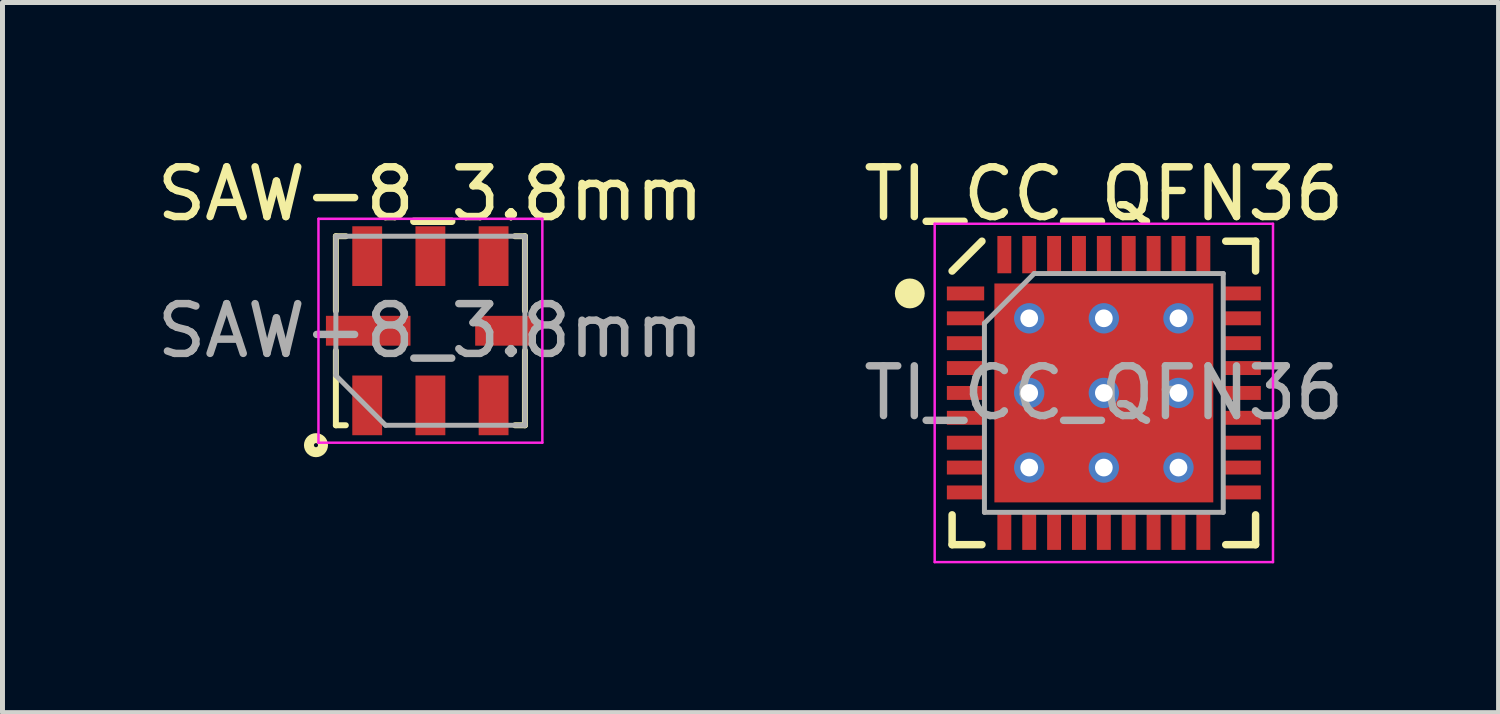
<source format=kicad_pcb>
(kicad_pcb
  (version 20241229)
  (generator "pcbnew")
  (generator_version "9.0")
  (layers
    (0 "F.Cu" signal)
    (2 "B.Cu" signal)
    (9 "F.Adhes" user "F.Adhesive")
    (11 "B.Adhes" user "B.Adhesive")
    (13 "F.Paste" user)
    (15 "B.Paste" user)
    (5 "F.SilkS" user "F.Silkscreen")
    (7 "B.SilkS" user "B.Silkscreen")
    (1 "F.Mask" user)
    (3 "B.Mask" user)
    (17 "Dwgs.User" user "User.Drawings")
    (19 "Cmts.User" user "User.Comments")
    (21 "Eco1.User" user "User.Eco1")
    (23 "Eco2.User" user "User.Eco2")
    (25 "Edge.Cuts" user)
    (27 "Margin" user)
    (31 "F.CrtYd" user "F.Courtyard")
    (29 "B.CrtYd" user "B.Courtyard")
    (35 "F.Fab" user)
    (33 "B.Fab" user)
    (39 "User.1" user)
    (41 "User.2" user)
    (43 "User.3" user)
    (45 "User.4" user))
  (footprint "TI_CC_QFN36"
    (layer "F.Cu")
    (at 19.137 4.848)
    (property "Reference" "TI_CC_QFN36" (at 0 -4 0) (layer "F.SilkS") (effects (font (size 1 1) (thickness 0.15))))
    (attr through_hole)
    (fp_line (start -1.5 -0.75) (end 1.5 -0.75) (stroke (width 0.6) (type solid)) (layer "F.Mask"))
    (fp_line (start -0.75 -1.5) (end -0.75 1.5) (stroke (width 0.6) (type solid)) (layer "F.Mask"))
    (fp_line (start 0.75 -1.5) (end 0.75 1.5) (stroke (width 0.6) (type solid)) (layer "F.Mask"))
    (fp_line (start 1.5 0.75) (end -1.5 0.75) (stroke (width 0.6) (type solid)) (layer "F.Mask"))
    (fp_line (start -3.05 3.05) (end -3.05 2.45) (stroke (width 0.15) (type solid)) (layer "F.SilkS"))
    (fp_line (start -3.05 3.05) (end -2.45 3.05) (stroke (width 0.15) (type solid)) (layer "F.SilkS"))
    (fp_line (start -2.45 -3.05) (end -3.05 -2.45) (stroke (width 0.15) (type solid)) (layer "F.SilkS"))
    (fp_line (start 2.45 -3.05) (end 3.05 -3.05) (stroke (width 0.15) (type solid)) (layer "F.SilkS"))
    (fp_line (start 3.05 -3.05) (end 3.05 -2.45) (stroke (width 0.15) (type solid)) (layer "F.SilkS"))
    (fp_line (start 3.05 3.05) (end 2.45 3.05) (stroke (width 0.15) (type solid)) (layer "F.SilkS"))
    (fp_line (start 3.05 3.05) (end 3.05 2.45) (stroke (width 0.15) (type solid)) (layer "F.SilkS"))
    (fp_circle (center -3.9 -2) (end -3.75 -2) (stroke (width 0.3) (type solid)) (fill no) (layer "F.SilkS"))
    (fp_circle (center -1.5 -0.75) (end -1.5 -0.65) (stroke (width 0.2) (type solid)) (fill no) (layer "F.Paste"))
    (fp_circle (center -1.5 0.75) (end -1.5 0.85) (stroke (width 0.2) (type solid)) (fill no) (layer "F.Paste"))
    (fp_circle (center -0.75 -1.5) (end -0.65 -1.5) (stroke (width 0.2) (type solid)) (fill no) (layer "F.Paste"))
    (fp_circle (center -0.75 -0.75) (end -0.75 -0.65) (stroke (width 0.2) (type solid)) (fill no) (layer "F.Paste"))
    (fp_circle (center -0.75 0) (end -0.65 0) (stroke (width 0.2) (type solid)) (fill no) (layer "F.Paste"))
    (fp_circle (center -0.75 0.75) (end -0.75 0.85) (stroke (width 0.2) (type solid)) (fill no) (layer "F.Paste"))
    (fp_circle (center -0.75 1.5) (end -0.65 1.5) (stroke (width 0.2) (type solid)) (fill no) (layer "F.Paste"))
    (fp_circle (center 0 -0.75) (end 0 -0.65) (stroke (width 0.2) (type solid)) (fill no) (layer "F.Paste"))
    (fp_circle (center 0 0.75) (end 0 0.85) (stroke (width 0.2) (type solid)) (fill no) (layer "F.Paste"))
    (fp_circle (center 0.75 -1.5) (end 0.85 -1.5) (stroke (width 0.2) (type solid)) (fill no) (layer "F.Paste"))
    (fp_circle (center 0.75 -0.75) (end 0.75 -0.65) (stroke (width 0.2) (type solid)) (fill no) (layer "F.Paste"))
    (fp_circle (center 0.75 0) (end 0.85 0) (stroke (width 0.2) (type solid)) (fill no) (layer "F.Paste"))
    (fp_circle (center 0.75 0.75) (end 0.75 0.85) (stroke (width 0.2) (type solid)) (fill no) (layer "F.Paste"))
    (fp_circle (center 0.75 1.5) (end 0.85 1.5) (stroke (width 0.2) (type solid)) (fill no) (layer "F.Paste"))
    (fp_circle (center 1.5 -0.75) (end 1.5 -0.65) (stroke (width 0.2) (type solid)) (fill no) (layer "F.Paste"))
    (fp_circle (center 1.5 0.75) (end 1.5 0.85) (stroke (width 0.2) (type solid)) (fill no) (layer "F.Paste"))
    (fp_line (start -3.4 -3.4) (end 3.4 -3.4) (stroke (width 0.05) (type solid)) (layer "F.CrtYd"))
    (fp_line (start -3.4 3.4) (end -3.4 -3.4) (stroke (width 0.05) (type solid)) (layer "F.CrtYd"))
    (fp_line (start 3.4 -3.4) (end 3.4 3.4) (stroke (width 0.05) (type solid)) (layer "F.CrtYd"))
    (fp_line (start 3.4 3.4) (end -3.4 3.4) (stroke (width 0.05) (type solid)) (layer "F.CrtYd"))
    (fp_line (start -2.4 -1.4) (end -1.4 -2.4) (stroke (width 0.1) (type solid)) (layer "F.Fab"))
    (fp_line (start -2.4 2.4) (end -2.4 -1.4) (stroke (width 0.1) (type solid)) (layer "F.Fab"))
    (fp_line (start -1.4 -2.4) (end 2.4 -2.4) (stroke (width 0.1) (type solid)) (layer "F.Fab"))
    (fp_line (start 2.4 -2.4) (end 2.4 2.4) (stroke (width 0.1) (type solid)) (layer "F.Fab"))
    (fp_line (start 2.4 2.4) (end -2.4 2.4) (stroke (width 0.1) (type solid)) (layer "F.Fab"))
    (fp_text user "${REFERENCE}" (at 0 0 0) (layer "F.Fab") (effects (font (size 1 1) (thickness 0.15))))
    (pad "1" smd rect (at -2.78 -2 90) (size 0.28 0.75) (layers "F.Cu" "F.Mask" "F.Paste"))
    (pad "2" smd rect (at -2.78 -1.5 90) (size 0.28 0.75) (layers "F.Cu" "F.Mask" "F.Paste"))
    (pad "3" smd rect (at -2.78 -1 90) (size 0.28 0.75) (layers "F.Cu" "F.Mask" "F.Paste"))
    (pad "4" smd rect (at -2.78 -0.5 90) (size 0.28 0.75) (layers "F.Cu" "F.Mask" "F.Paste"))
    (pad "5" smd rect (at -2.78 0 90) (size 0.28 0.75) (layers "F.Cu" "F.Mask" "F.Paste"))
    (pad "6" smd rect (at -2.78 0.5 90) (size 0.28 0.75) (layers "F.Cu" "F.Mask" "F.Paste"))
    (pad "7" smd rect (at -2.78 1 90) (size 0.28 0.75) (layers "F.Cu" "F.Mask" "F.Paste"))
    (pad "8" smd rect (at -2.78 1.5 90) (size 0.28 0.75) (layers "F.Cu" "F.Mask" "F.Paste"))
    (pad "9" smd rect (at -2.78 2 90) (size 0.28 0.75) (layers "F.Cu" "F.Mask" "F.Paste"))
    (pad "10" smd rect (at -2 2.78) (size 0.28 0.75) (layers "F.Cu" "F.Mask" "F.Paste"))
    (pad "11" smd rect (at -1.5 2.78) (size 0.28 0.75) (layers "F.Cu" "F.Mask" "F.Paste"))
    (pad "12" smd rect (at -1 2.78) (size 0.28 0.75) (layers "F.Cu" "F.Mask" "F.Paste"))
    (pad "13" smd rect (at -0.5 2.78) (size 0.28 0.75) (layers "F.Cu" "F.Mask" "F.Paste"))
    (pad "14" smd rect (at 0 2.78) (size 0.28 0.75) (layers "F.Cu" "F.Mask" "F.Paste"))
    (pad "15" smd rect (at 0.5 2.78) (size 0.28 0.75) (layers "F.Cu" "F.Mask" "F.Paste"))
    (pad "16" smd rect (at 1 2.78) (size 0.28 0.75) (layers "F.Cu" "F.Mask" "F.Paste"))
    (pad "17" smd rect (at 1.5 2.78) (size 0.28 0.75) (layers "F.Cu" "F.Mask" "F.Paste"))
    (pad "18" smd rect (at 2 2.78) (size 0.28 0.75) (layers "F.Cu" "F.Mask" "F.Paste"))
    (pad "19" smd rect (at 2.78 2 90) (size 0.28 0.75) (layers "F.Cu" "F.Mask" "F.Paste"))
    (pad "20" smd rect (at 2.78 1.5 90) (size 0.28 0.75) (layers "F.Cu" "F.Mask" "F.Paste"))
    (pad "21" smd rect (at 2.78 1 90) (size 0.28 0.75) (layers "F.Cu" "F.Mask" "F.Paste"))
    (pad "22" smd rect (at 2.78 0.5 90) (size 0.28 0.75) (layers "F.Cu" "F.Mask" "F.Paste"))
    (pad "23" smd rect (at 2.78 0 90) (size 0.28 0.75) (layers "F.Cu" "F.Mask" "F.Paste"))
    (pad "24" smd rect (at 2.78 -0.5 90) (size 0.28 0.75) (layers "F.Cu" "F.Mask" "F.Paste"))
    (pad "25" smd rect (at 2.78 -1 90) (size 0.28 0.75) (layers "F.Cu" "F.Mask" "F.Paste"))
    (pad "26" smd rect (at 2.78 -1.5 90) (size 0.28 0.75) (layers "F.Cu" "F.Mask" "F.Paste"))
    (pad "27" smd rect (at 2.78 -2 90) (size 0.28 0.75) (layers "F.Cu" "F.Mask" "F.Paste"))
    (pad "28" smd rect (at 2 -2.78) (size 0.28 0.75) (layers "F.Cu" "F.Mask" "F.Paste"))
    (pad "29" smd rect (at 1.5 -2.78) (size 0.28 0.75) (layers "F.Cu" "F.Mask" "F.Paste"))
    (pad "30" smd rect (at 1 -2.78) (size 0.28 0.75) (layers "F.Cu" "F.Mask" "F.Paste"))
    (pad "31" smd rect (at 0.5 -2.78) (size 0.28 0.75) (layers "F.Cu" "F.Mask" "F.Paste"))
    (pad "32" smd rect (at 0 -2.78) (size 0.28 0.75) (layers "F.Cu" "F.Mask" "F.Paste"))
    (pad "33" smd rect (at -0.5 -2.78) (size 0.28 0.75) (layers "F.Cu" "F.Mask" "F.Paste"))
    (pad "34" smd rect (at -1 -2.78) (size 0.28 0.75) (layers "F.Cu" "F.Mask" "F.Paste"))
    (pad "35" smd rect (at -1.5 -2.78) (size 0.28 0.75) (layers "F.Cu" "F.Mask" "F.Paste"))
    (pad "36" smd rect (at -2 -2.78) (size 0.28 0.75) (layers "F.Cu" "F.Mask" "F.Paste"))
    (pad "37" thru_hole circle (at -1.5 -1.5) (size 0.61 0.61) (drill 0.356) (layers "*.Cu" "B.Mask"))
    (pad "37" thru_hole circle (at -1.5 0) (size 0.61 0.61) (drill 0.356) (layers "*.Cu" "B.Mask"))
    (pad "37" thru_hole circle (at -1.5 1.5) (size 0.61 0.61) (drill 0.356) (layers "*.Cu" "B.Mask"))
    (pad "37" thru_hole circle (at 0 -1.5) (size 0.61 0.61) (drill 0.356) (layers "*.Cu" "B.Mask"))
    (pad "37" thru_hole circle (at 0 0) (size 0.61 0.61) (drill 0.356) (layers "*.Cu" "B.Mask"))
    (pad "37" smd rect (at 0 0) (size 4.4 4.4) (layers "F.Cu"))
    (pad "37" thru_hole circle (at 0 1.5) (size 0.61 0.61) (drill 0.356) (layers "*.Cu" "B.Mask"))
    (pad "37" thru_hole circle (at 1.5 -1.5) (size 0.61 0.61) (drill 0.356) (layers "*.Cu" "B.Mask"))
    (pad "37" thru_hole circle (at 1.5 0) (size 0.61 0.61) (drill 0.356) (layers "*.Cu" "B.Mask"))
    (pad "37" thru_hole circle (at 1.5 1.5) (size 0.61 0.61) (drill 0.356) (layers "*.Cu" "B.Mask")))
  (footprint "SAW-8_3.8mm"
    (layer "F.Cu")
    (at 5.601 3.598)
    (property "Reference" "SAW-8_3.8mm" (at 0 -2.75 0) (layer "F.SilkS") (effects (font (size 1 1) (thickness 0.15))))
    (attr through_hole)
    (fp_line (start -1.9 -1.9) (end -1.7 -1.9) (stroke (width 0.12) (type solid)) (layer "F.SilkS"))
    (fp_line (start -1.9 -0.4) (end -1.9 -1.9) (stroke (width 0.12) (type solid)) (layer "F.SilkS"))
    (fp_line (start -1.9 1.9) (end -1.9 0.4) (stroke (width 0.12) (type solid)) (layer "F.SilkS"))
    (fp_line (start -1.9 1.9) (end -1.7 1.9) (stroke (width 0.12) (type solid)) (layer "F.SilkS"))
    (fp_line (start 1.7 -1.9) (end 1.9 -1.9) (stroke (width 0.12) (type solid)) (layer "F.SilkS"))
    (fp_line (start 1.9 -1.9) (end 1.9 -0.4) (stroke (width 0.12) (type solid)) (layer "F.SilkS"))
    (fp_line (start 1.9 0.4) (end 1.9 1.9) (stroke (width 0.12) (type solid)) (layer "F.SilkS"))
    (fp_line (start 1.9 1.9) (end 1.7 1.9) (stroke (width 0.12) (type solid)) (layer "F.SilkS"))
    (fp_circle (center -2.3 2.3) (end -2.4 2.4) (stroke (width 0.2) (type solid)) (fill no) (layer "F.SilkS"))
    (fp_line (start -2.25 -2.25) (end 2.25 -2.25) (stroke (width 0.05) (type solid)) (layer "F.CrtYd"))
    (fp_line (start -2.25 2.25) (end -2.25 -2.25) (stroke (width 0.05) (type solid)) (layer "F.CrtYd"))
    (fp_line (start 2.25 -2.25) (end 2.25 2.25) (stroke (width 0.05) (type solid)) (layer "F.CrtYd"))
    (fp_line (start 2.25 2.25) (end -2.25 2.25) (stroke (width 0.05) (type solid)) (layer "F.CrtYd"))
    (fp_line (start -1.9 -1.9) (end -1.9 0.9) (stroke (width 0.1) (type solid)) (layer "F.Fab"))
    (fp_line (start -1.9 0.9) (end -0.9 1.9) (stroke (width 0.1) (type solid)) (layer "F.Fab"))
    (fp_line (start -0.9 1.9) (end 1.9 1.9) (stroke (width 0.1) (type solid)) (layer "F.Fab"))
    (fp_line (start 1.9 -1.9) (end -1.9 -1.9) (stroke (width 0.1) (type solid)) (layer "F.Fab"))
    (fp_line (start 1.9 1.9) (end 1.9 -1.9) (stroke (width 0.1) (type solid)) (layer "F.Fab"))
    (fp_text user "${REFERENCE}" (at 0 0 0) (layer "F.Fab") (effects (font (size 1 1) (thickness 0.15))))
    (pad "1" smd rect (at -1.27 1.5) (size 0.6 1.2) (layers "F.Cu" "F.Mask" "F.Paste"))
    (pad "2" smd rect (at 0 1.5) (size 0.6 1.2) (layers "F.Cu" "F.Mask" "F.Paste"))
    (pad "3" smd rect (at 1.27 1.5) (size 0.6 1.2) (layers "F.Cu" "F.Mask" "F.Paste"))
    (pad "4" smd rect (at 1.5 0 90) (size 0.6 1.2) (layers "F.Cu" "F.Mask" "F.Paste"))
    (pad "5" smd rect (at 1.27 -1.5) (size 0.6 1.2) (layers "F.Cu" "F.Mask" "F.Paste"))
    (pad "6" smd rect (at 0 -1.5) (size 0.6 1.2) (layers "F.Cu" "F.Mask" "F.Paste"))
    (pad "7" smd rect (at -1.27 -1.5) (size 0.6 1.2) (layers "F.Cu" "F.Mask" "F.Paste"))
    (pad "8" smd rect (at -1.25 0 90) (size 0.6 1.7) (layers "F.Cu" "F.Mask" "F.Paste")))
  (gr_rect
    (start -3 -3)
    (end 27.071 11.273)
    (stroke (width 0.1) (type default))
    (fill no)
    (layer "Edge.Cuts")))
</source>
